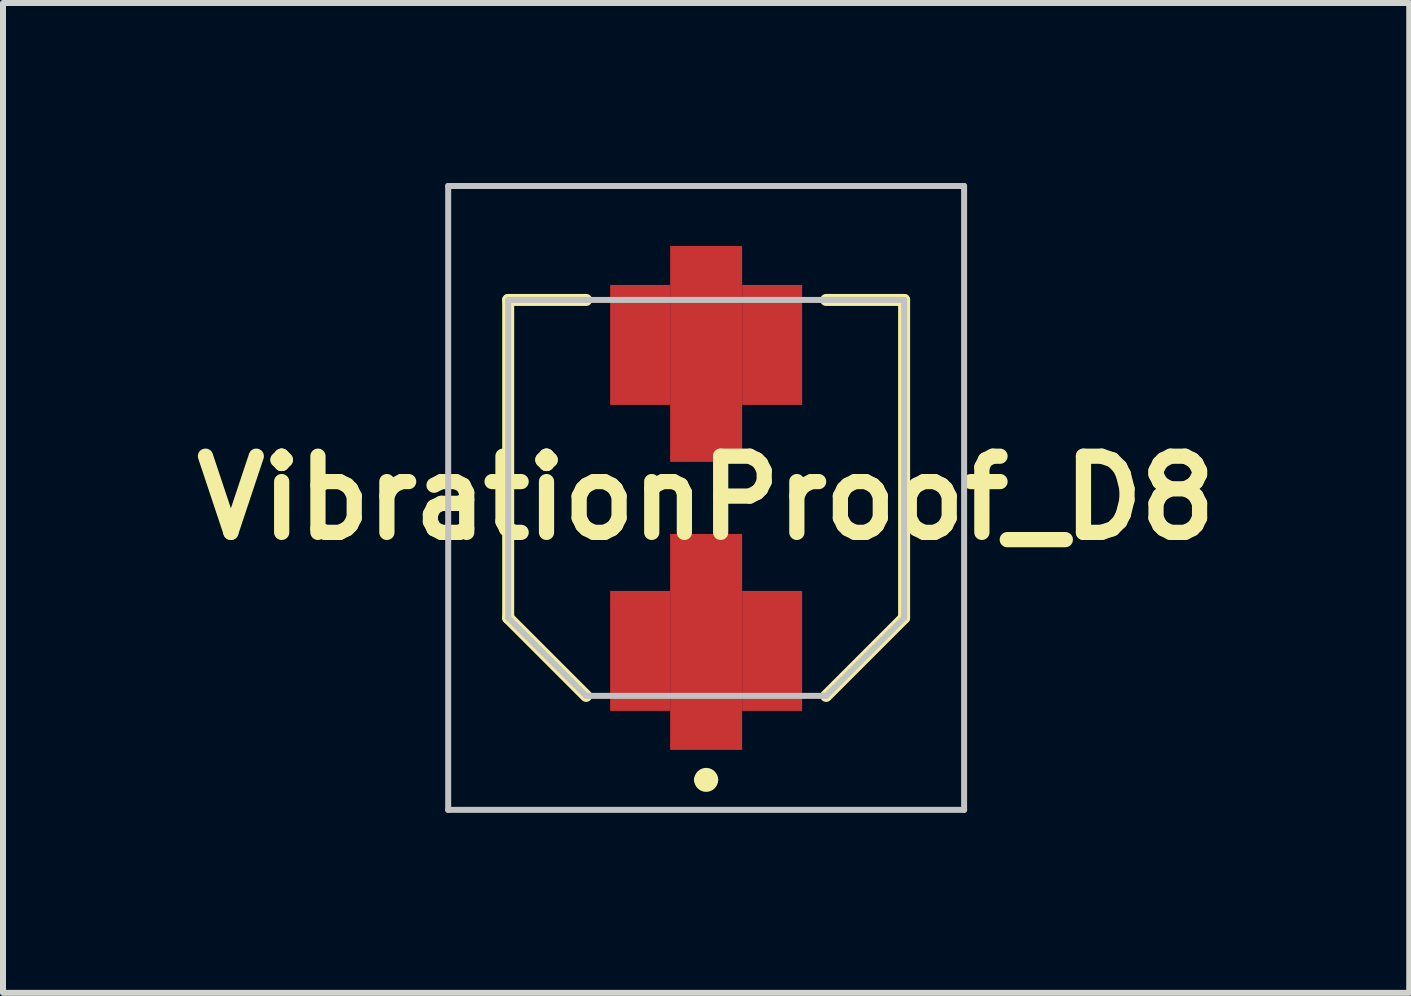
<source format=kicad_pcb>
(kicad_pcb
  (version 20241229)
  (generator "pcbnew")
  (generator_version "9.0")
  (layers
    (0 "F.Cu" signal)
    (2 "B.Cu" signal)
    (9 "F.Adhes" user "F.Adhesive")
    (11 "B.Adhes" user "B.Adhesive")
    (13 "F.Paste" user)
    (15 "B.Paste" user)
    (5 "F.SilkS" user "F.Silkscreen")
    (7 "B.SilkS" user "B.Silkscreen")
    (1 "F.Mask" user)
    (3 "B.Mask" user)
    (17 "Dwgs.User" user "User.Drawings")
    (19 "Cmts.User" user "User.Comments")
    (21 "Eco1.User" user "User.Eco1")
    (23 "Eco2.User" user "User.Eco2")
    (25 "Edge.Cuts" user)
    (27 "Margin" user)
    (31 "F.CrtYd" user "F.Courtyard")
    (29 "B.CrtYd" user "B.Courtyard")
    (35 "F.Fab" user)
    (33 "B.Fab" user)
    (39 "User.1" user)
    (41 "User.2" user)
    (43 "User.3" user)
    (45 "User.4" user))
  (footprint "VibrationProof_D8"
    (layer "F.Cu")
    (at 8.721 5.25)
    (property "Reference" "VibrationProof_D8" (at 0 0 0) (layer "F.SilkS") (effects (font (size 1.27 1.27) (thickness 0.254))))
    (attr smd)
    (fp_line (start -3.3 -3.3) (end -3.3 2) (stroke (width 0.2) (type solid)) (layer "F.SilkS"))
    (fp_line (start -3.3 2) (end -2 3.3) (stroke (width 0.2) (type solid)) (layer "F.SilkS"))
    (fp_line (start -2 -3.3) (end -3.3 -3.3) (stroke (width 0.2) (type solid)) (layer "F.SilkS"))
    (fp_line (start -0.1 4.7) (end -0.1 4.7) (stroke (width 0.2) (type solid)) (layer "F.SilkS"))
    (fp_line (start 0.1 4.7) (end 0.1 4.7) (stroke (width 0.2) (type solid)) (layer "F.SilkS"))
    (fp_line (start 2 -3.3) (end 3.3 -3.3) (stroke (width 0.2) (type solid)) (layer "F.SilkS"))
    (fp_line (start 3.3 -3.3) (end 3.3 2) (stroke (width 0.2) (type solid)) (layer "F.SilkS"))
    (fp_line (start 3.3 2) (end 2 3.3) (stroke (width 0.2) (type solid)) (layer "F.SilkS"))
    (fp_arc (start -0.1 4.7) (mid 0 4.6) (end 0.1 4.7) (stroke (width 0.2) (type solid)) (layer "F.SilkS"))
    (fp_arc (start 0.1 4.7) (mid 0 4.8) (end -0.1 4.7) (stroke (width 0.2) (type solid)) (layer "F.SilkS"))
    (fp_line (start -4.3 -5.2) (end 4.3 -5.2) (stroke (width 0.1) (type solid)) (layer "Dwgs.User"))
    (fp_line (start -4.3 5.2) (end -4.3 -5.2) (stroke (width 0.1) (type solid)) (layer "Dwgs.User"))
    (fp_line (start -3.3 -3.3) (end -3.3 2) (stroke (width 0.1) (type solid)) (layer "Dwgs.User"))
    (fp_line (start -3.3 2) (end -2 3.3) (stroke (width 0.1) (type solid)) (layer "Dwgs.User"))
    (fp_line (start -2 3.3) (end 2 3.3) (stroke (width 0.1) (type solid)) (layer "Dwgs.User"))
    (fp_line (start 2 3.3) (end 3.3 2) (stroke (width 0.1) (type solid)) (layer "Dwgs.User"))
    (fp_line (start 3.3 -3.3) (end -3.3 -3.3) (stroke (width 0.1) (type solid)) (layer "Dwgs.User"))
    (fp_line (start 3.3 2) (end 3.3 -3.3) (stroke (width 0.1) (type solid)) (layer "Dwgs.User"))
    (fp_line (start 4.3 -5.2) (end 4.3 5.2) (stroke (width 0.1) (type solid)) (layer "Dwgs.User"))
    (fp_line (start 4.3 5.2) (end -4.3 5.2) (stroke (width 0.1) (type solid)) (layer "Dwgs.User"))
    (pad "1" smd rect (at -1.1 2.55) (size 1 2) (layers "F.Cu" "F.Mask" "F.Paste"))
    (pad "1" smd rect (at 0 2.4) (size 1.2 3.6) (layers "F.Cu" "F.Mask" "F.Paste"))
    (pad "1" smd rect (at 1.1 2.55) (size 1 2) (layers "F.Cu" "F.Mask" "F.Paste"))
    (pad "2" smd rect (at -1.1 -2.55) (size 1 2) (layers "F.Cu" "F.Mask" "F.Paste"))
    (pad "2" smd rect (at 0 -2.4) (size 1.2 3.6) (layers "F.Cu" "F.Mask" "F.Paste"))
    (pad "2" smd rect (at 1.1 -2.55) (size 1 2) (layers "F.Cu" "F.Mask" "F.Paste")))
  (gr_rect
    (start -3 -3)
    (end 20.441 13.5)
    (stroke (width 0.1) (type default))
    (fill no)
    (layer "Edge.Cuts")))
</source>
